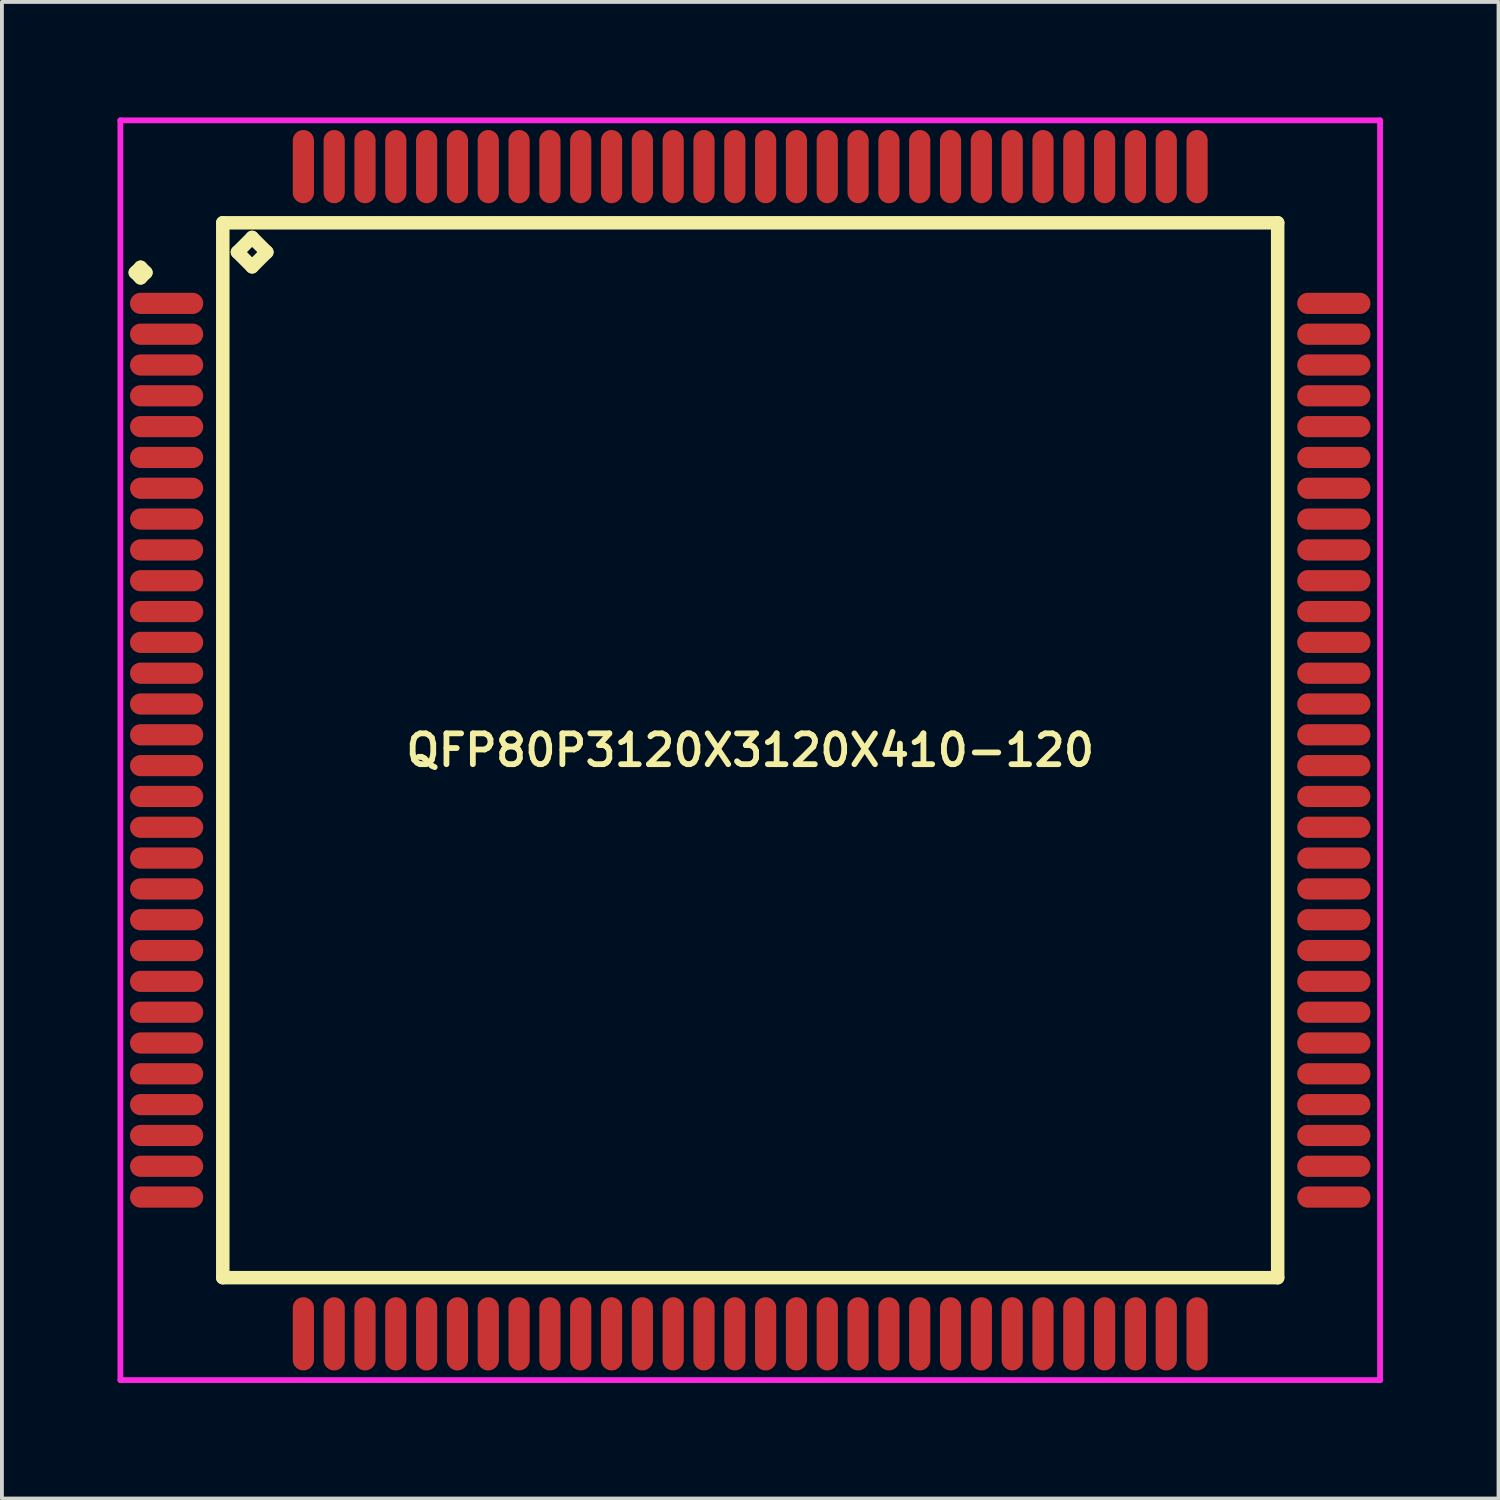
<source format=kicad_pcb>
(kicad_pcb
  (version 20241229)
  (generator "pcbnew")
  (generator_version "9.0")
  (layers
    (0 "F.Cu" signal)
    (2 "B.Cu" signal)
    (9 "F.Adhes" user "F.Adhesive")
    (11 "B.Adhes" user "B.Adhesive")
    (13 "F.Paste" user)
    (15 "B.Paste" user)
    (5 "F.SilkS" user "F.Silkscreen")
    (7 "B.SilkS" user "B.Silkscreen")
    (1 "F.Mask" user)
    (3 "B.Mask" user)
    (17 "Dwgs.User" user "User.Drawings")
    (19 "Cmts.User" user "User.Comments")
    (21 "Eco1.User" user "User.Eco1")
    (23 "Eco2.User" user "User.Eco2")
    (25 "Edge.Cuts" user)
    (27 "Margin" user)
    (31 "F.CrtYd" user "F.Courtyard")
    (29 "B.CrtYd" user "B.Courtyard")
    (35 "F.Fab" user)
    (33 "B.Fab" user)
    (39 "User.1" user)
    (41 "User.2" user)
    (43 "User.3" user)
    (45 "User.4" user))
  (footprint "QFP80P3120X3120X410-120"
    (layer "F.Cu")
    (at 16.425 16.425)
    (property "Reference" "QFP80P3120X3120X410-120" (at 0 0 0) (layer "F.SilkS") (effects (font (size 0.8 0.8) (thickness 0.15))))
    (attr smd)
    (fp_line (start -15.963 -12.4) (end -15.825 -12.537) (stroke (width 0.35) (type solid)) (layer "F.SilkS"))
    (fp_line (start -15.825 -12.537) (end -15.688 -12.4) (stroke (width 0.35) (type solid)) (layer "F.SilkS"))
    (fp_line (start -15.825 -12.262) (end -15.963 -12.4) (stroke (width 0.35) (type solid)) (layer "F.SilkS"))
    (fp_line (start -15.688 -12.4) (end -15.825 -12.262) (stroke (width 0.35) (type solid)) (layer "F.SilkS"))
    (fp_line (start -13.692 -13.692) (end -13.692 13.692) (stroke (width 0.35) (type solid)) (layer "F.SilkS"))
    (fp_line (start -13.692 13.692) (end 13.692 13.692) (stroke (width 0.35) (type solid)) (layer "F.SilkS"))
    (fp_line (start -13.311 -12.93) (end -12.93 -13.311) (stroke (width 0.35) (type solid)) (layer "F.SilkS"))
    (fp_line (start -12.93 -13.311) (end -12.549 -12.93) (stroke (width 0.35) (type solid)) (layer "F.SilkS"))
    (fp_line (start -12.93 -12.549) (end -13.311 -12.93) (stroke (width 0.35) (type solid)) (layer "F.SilkS"))
    (fp_line (start -12.549 -12.93) (end -12.93 -12.549) (stroke (width 0.35) (type solid)) (layer "F.SilkS"))
    (fp_line (start 13.692 -13.692) (end -13.692 -13.692) (stroke (width 0.35) (type solid)) (layer "F.SilkS"))
    (fp_line (start 13.692 13.692) (end 13.692 -13.692) (stroke (width 0.35) (type solid)) (layer "F.SilkS"))
    (fp_line (start -16.35 -16.35) (end 16.35 -16.35) (stroke (width 0.15) (type solid)) (layer "F.CrtYd"))
    (fp_line (start -16.35 16.35) (end -16.35 -16.35) (stroke (width 0.15) (type solid)) (layer "F.CrtYd"))
    (fp_line (start 16.35 -16.35) (end 16.35 16.35) (stroke (width 0.15) (type solid)) (layer "F.CrtYd"))
    (fp_line (start 16.35 16.35) (end -16.35 16.35) (stroke (width 0.15) (type solid)) (layer "F.CrtYd"))
    (pad "1" smd oval (at -15.15 -11.6) (size 1.9 0.55) (layers "F.Cu" "F.Mask" "F.Paste"))
    (pad "2" smd oval (at -15.15 -10.8) (size 1.9 0.55) (layers "F.Cu" "F.Mask" "F.Paste"))
    (pad "3" smd oval (at -15.15 -10) (size 1.9 0.55) (layers "F.Cu" "F.Mask" "F.Paste"))
    (pad "4" smd oval (at -15.15 -9.2) (size 1.9 0.55) (layers "F.Cu" "F.Mask" "F.Paste"))
    (pad "5" smd oval (at -15.15 -8.4) (size 1.9 0.55) (layers "F.Cu" "F.Mask" "F.Paste"))
    (pad "6" smd oval (at -15.15 -7.6) (size 1.9 0.55) (layers "F.Cu" "F.Mask" "F.Paste"))
    (pad "7" smd oval (at -15.15 -6.8) (size 1.9 0.55) (layers "F.Cu" "F.Mask" "F.Paste"))
    (pad "8" smd oval (at -15.15 -6) (size 1.9 0.55) (layers "F.Cu" "F.Mask" "F.Paste"))
    (pad "9" smd oval (at -15.15 -5.2) (size 1.9 0.55) (layers "F.Cu" "F.Mask" "F.Paste"))
    (pad "10" smd oval (at -15.15 -4.4) (size 1.9 0.55) (layers "F.Cu" "F.Mask" "F.Paste"))
    (pad "11" smd oval (at -15.15 -3.6) (size 1.9 0.55) (layers "F.Cu" "F.Mask" "F.Paste"))
    (pad "12" smd oval (at -15.15 -2.8) (size 1.9 0.55) (layers "F.Cu" "F.Mask" "F.Paste"))
    (pad "13" smd oval (at -15.15 -2) (size 1.9 0.55) (layers "F.Cu" "F.Mask" "F.Paste"))
    (pad "14" smd oval (at -15.15 -1.2) (size 1.9 0.55) (layers "F.Cu" "F.Mask" "F.Paste"))
    (pad "15" smd oval (at -15.15 -0.4) (size 1.9 0.55) (layers "F.Cu" "F.Mask" "F.Paste"))
    (pad "16" smd oval (at -15.15 0.4) (size 1.9 0.55) (layers "F.Cu" "F.Mask" "F.Paste"))
    (pad "17" smd oval (at -15.15 1.2) (size 1.9 0.55) (layers "F.Cu" "F.Mask" "F.Paste"))
    (pad "18" smd oval (at -15.15 2) (size 1.9 0.55) (layers "F.Cu" "F.Mask" "F.Paste"))
    (pad "19" smd oval (at -15.15 2.8) (size 1.9 0.55) (layers "F.Cu" "F.Mask" "F.Paste"))
    (pad "20" smd oval (at -15.15 3.6) (size 1.9 0.55) (layers "F.Cu" "F.Mask" "F.Paste"))
    (pad "21" smd oval (at -15.15 4.4) (size 1.9 0.55) (layers "F.Cu" "F.Mask" "F.Paste"))
    (pad "22" smd oval (at -15.15 5.2) (size 1.9 0.55) (layers "F.Cu" "F.Mask" "F.Paste"))
    (pad "23" smd oval (at -15.15 6) (size 1.9 0.55) (layers "F.Cu" "F.Mask" "F.Paste"))
    (pad "24" smd oval (at -15.15 6.8) (size 1.9 0.55) (layers "F.Cu" "F.Mask" "F.Paste"))
    (pad "25" smd oval (at -15.15 7.6) (size 1.9 0.55) (layers "F.Cu" "F.Mask" "F.Paste"))
    (pad "26" smd oval (at -15.15 8.4) (size 1.9 0.55) (layers "F.Cu" "F.Mask" "F.Paste"))
    (pad "27" smd oval (at -15.15 9.2) (size 1.9 0.55) (layers "F.Cu" "F.Mask" "F.Paste"))
    (pad "28" smd oval (at -15.15 10) (size 1.9 0.55) (layers "F.Cu" "F.Mask" "F.Paste"))
    (pad "29" smd oval (at -15.15 10.8) (size 1.9 0.55) (layers "F.Cu" "F.Mask" "F.Paste"))
    (pad "30" smd oval (at -15.15 11.6) (size 1.9 0.55) (layers "F.Cu" "F.Mask" "F.Paste"))
    (pad "31" smd oval (at -11.6 15.15) (size 0.55 1.9) (layers "F.Cu" "F.Mask" "F.Paste"))
    (pad "32" smd oval (at -10.8 15.15) (size 0.55 1.9) (layers "F.Cu" "F.Mask" "F.Paste"))
    (pad "33" smd oval (at -10 15.15) (size 0.55 1.9) (layers "F.Cu" "F.Mask" "F.Paste"))
    (pad "34" smd oval (at -9.2 15.15) (size 0.55 1.9) (layers "F.Cu" "F.Mask" "F.Paste"))
    (pad "35" smd oval (at -8.4 15.15) (size 0.55 1.9) (layers "F.Cu" "F.Mask" "F.Paste"))
    (pad "36" smd oval (at -7.6 15.15) (size 0.55 1.9) (layers "F.Cu" "F.Mask" "F.Paste"))
    (pad "37" smd oval (at -6.8 15.15) (size 0.55 1.9) (layers "F.Cu" "F.Mask" "F.Paste"))
    (pad "38" smd oval (at -6 15.15) (size 0.55 1.9) (layers "F.Cu" "F.Mask" "F.Paste"))
    (pad "39" smd oval (at -5.2 15.15) (size 0.55 1.9) (layers "F.Cu" "F.Mask" "F.Paste"))
    (pad "40" smd oval (at -4.4 15.15) (size 0.55 1.9) (layers "F.Cu" "F.Mask" "F.Paste"))
    (pad "41" smd oval (at -3.6 15.15) (size 0.55 1.9) (layers "F.Cu" "F.Mask" "F.Paste"))
    (pad "42" smd oval (at -2.8 15.15) (size 0.55 1.9) (layers "F.Cu" "F.Mask" "F.Paste"))
    (pad "43" smd oval (at -2 15.15) (size 0.55 1.9) (layers "F.Cu" "F.Mask" "F.Paste"))
    (pad "44" smd oval (at -1.2 15.15) (size 0.55 1.9) (layers "F.Cu" "F.Mask" "F.Paste"))
    (pad "45" smd oval (at -0.4 15.15) (size 0.55 1.9) (layers "F.Cu" "F.Mask" "F.Paste"))
    (pad "46" smd oval (at 0.4 15.15) (size 0.55 1.9) (layers "F.Cu" "F.Mask" "F.Paste"))
    (pad "47" smd oval (at 1.2 15.15) (size 0.55 1.9) (layers "F.Cu" "F.Mask" "F.Paste"))
    (pad "48" smd oval (at 2 15.15) (size 0.55 1.9) (layers "F.Cu" "F.Mask" "F.Paste"))
    (pad "49" smd oval (at 2.8 15.15) (size 0.55 1.9) (layers "F.Cu" "F.Mask" "F.Paste"))
    (pad "50" smd oval (at 3.6 15.15) (size 0.55 1.9) (layers "F.Cu" "F.Mask" "F.Paste"))
    (pad "51" smd oval (at 4.4 15.15) (size 0.55 1.9) (layers "F.Cu" "F.Mask" "F.Paste"))
    (pad "52" smd oval (at 5.2 15.15) (size 0.55 1.9) (layers "F.Cu" "F.Mask" "F.Paste"))
    (pad "53" smd oval (at 6 15.15) (size 0.55 1.9) (layers "F.Cu" "F.Mask" "F.Paste"))
    (pad "54" smd oval (at 6.8 15.15) (size 0.55 1.9) (layers "F.Cu" "F.Mask" "F.Paste"))
    (pad "55" smd oval (at 7.6 15.15) (size 0.55 1.9) (layers "F.Cu" "F.Mask" "F.Paste"))
    (pad "56" smd oval (at 8.4 15.15) (size 0.55 1.9) (layers "F.Cu" "F.Mask" "F.Paste"))
    (pad "57" smd oval (at 9.2 15.15) (size 0.55 1.9) (layers "F.Cu" "F.Mask" "F.Paste"))
    (pad "58" smd oval (at 10 15.15) (size 0.55 1.9) (layers "F.Cu" "F.Mask" "F.Paste"))
    (pad "59" smd oval (at 10.8 15.15) (size 0.55 1.9) (layers "F.Cu" "F.Mask" "F.Paste"))
    (pad "60" smd oval (at 11.6 15.15) (size 0.55 1.9) (layers "F.Cu" "F.Mask" "F.Paste"))
    (pad "61" smd oval (at 15.15 11.6) (size 1.9 0.55) (layers "F.Cu" "F.Mask" "F.Paste"))
    (pad "62" smd oval (at 15.15 10.8) (size 1.9 0.55) (layers "F.Cu" "F.Mask" "F.Paste"))
    (pad "63" smd oval (at 15.15 10) (size 1.9 0.55) (layers "F.Cu" "F.Mask" "F.Paste"))
    (pad "64" smd oval (at 15.15 9.2) (size 1.9 0.55) (layers "F.Cu" "F.Mask" "F.Paste"))
    (pad "65" smd oval (at 15.15 8.4) (size 1.9 0.55) (layers "F.Cu" "F.Mask" "F.Paste"))
    (pad "66" smd oval (at 15.15 7.6) (size 1.9 0.55) (layers "F.Cu" "F.Mask" "F.Paste"))
    (pad "67" smd oval (at 15.15 6.8) (size 1.9 0.55) (layers "F.Cu" "F.Mask" "F.Paste"))
    (pad "68" smd oval (at 15.15 6) (size 1.9 0.55) (layers "F.Cu" "F.Mask" "F.Paste"))
    (pad "69" smd oval (at 15.15 5.2) (size 1.9 0.55) (layers "F.Cu" "F.Mask" "F.Paste"))
    (pad "70" smd oval (at 15.15 4.4) (size 1.9 0.55) (layers "F.Cu" "F.Mask" "F.Paste"))
    (pad "71" smd oval (at 15.15 3.6) (size 1.9 0.55) (layers "F.Cu" "F.Mask" "F.Paste"))
    (pad "72" smd oval (at 15.15 2.8) (size 1.9 0.55) (layers "F.Cu" "F.Mask" "F.Paste"))
    (pad "73" smd oval (at 15.15 2) (size 1.9 0.55) (layers "F.Cu" "F.Mask" "F.Paste"))
    (pad "74" smd oval (at 15.15 1.2) (size 1.9 0.55) (layers "F.Cu" "F.Mask" "F.Paste"))
    (pad "75" smd oval (at 15.15 0.4) (size 1.9 0.55) (layers "F.Cu" "F.Mask" "F.Paste"))
    (pad "76" smd oval (at 15.15 -0.4) (size 1.9 0.55) (layers "F.Cu" "F.Mask" "F.Paste"))
    (pad "77" smd oval (at 15.15 -1.2) (size 1.9 0.55) (layers "F.Cu" "F.Mask" "F.Paste"))
    (pad "78" smd oval (at 15.15 -2) (size 1.9 0.55) (layers "F.Cu" "F.Mask" "F.Paste"))
    (pad "79" smd oval (at 15.15 -2.8) (size 1.9 0.55) (layers "F.Cu" "F.Mask" "F.Paste"))
    (pad "80" smd oval (at 15.15 -3.6) (size 1.9 0.55) (layers "F.Cu" "F.Mask" "F.Paste"))
    (pad "81" smd oval (at 15.15 -4.4) (size 1.9 0.55) (layers "F.Cu" "F.Mask" "F.Paste"))
    (pad "82" smd oval (at 15.15 -5.2) (size 1.9 0.55) (layers "F.Cu" "F.Mask" "F.Paste"))
    (pad "83" smd oval (at 15.15 -6) (size 1.9 0.55) (layers "F.Cu" "F.Mask" "F.Paste"))
    (pad "84" smd oval (at 15.15 -6.8) (size 1.9 0.55) (layers "F.Cu" "F.Mask" "F.Paste"))
    (pad "85" smd oval (at 15.15 -7.6) (size 1.9 0.55) (layers "F.Cu" "F.Mask" "F.Paste"))
    (pad "86" smd oval (at 15.15 -8.4) (size 1.9 0.55) (layers "F.Cu" "F.Mask" "F.Paste"))
    (pad "87" smd oval (at 15.15 -9.2) (size 1.9 0.55) (layers "F.Cu" "F.Mask" "F.Paste"))
    (pad "88" smd oval (at 15.15 -10) (size 1.9 0.55) (layers "F.Cu" "F.Mask" "F.Paste"))
    (pad "89" smd oval (at 15.15 -10.8) (size 1.9 0.55) (layers "F.Cu" "F.Mask" "F.Paste"))
    (pad "90" smd oval (at 15.15 -11.6) (size 1.9 0.55) (layers "F.Cu" "F.Mask" "F.Paste"))
    (pad "91" smd oval (at 11.6 -15.15) (size 0.55 1.9) (layers "F.Cu" "F.Mask" "F.Paste"))
    (pad "92" smd oval (at 10.8 -15.15) (size 0.55 1.9) (layers "F.Cu" "F.Mask" "F.Paste"))
    (pad "93" smd oval (at 10 -15.15) (size 0.55 1.9) (layers "F.Cu" "F.Mask" "F.Paste"))
    (pad "94" smd oval (at 9.2 -15.15) (size 0.55 1.9) (layers "F.Cu" "F.Mask" "F.Paste"))
    (pad "95" smd oval (at 8.4 -15.15) (size 0.55 1.9) (layers "F.Cu" "F.Mask" "F.Paste"))
    (pad "96" smd oval (at 7.6 -15.15) (size 0.55 1.9) (layers "F.Cu" "F.Mask" "F.Paste"))
    (pad "97" smd oval (at 6.8 -15.15) (size 0.55 1.9) (layers "F.Cu" "F.Mask" "F.Paste"))
    (pad "98" smd oval (at 6 -15.15) (size 0.55 1.9) (layers "F.Cu" "F.Mask" "F.Paste"))
    (pad "99" smd oval (at 5.2 -15.15) (size 0.55 1.9) (layers "F.Cu" "F.Mask" "F.Paste"))
    (pad "100" smd oval (at 4.4 -15.15) (size 0.55 1.9) (layers "F.Cu" "F.Mask" "F.Paste"))
    (pad "101" smd oval (at 3.6 -15.15) (size 0.55 1.9) (layers "F.Cu" "F.Mask" "F.Paste"))
    (pad "102" smd oval (at 2.8 -15.15) (size 0.55 1.9) (layers "F.Cu" "F.Mask" "F.Paste"))
    (pad "103" smd oval (at 2 -15.15) (size 0.55 1.9) (layers "F.Cu" "F.Mask" "F.Paste"))
    (pad "104" smd oval (at 1.2 -15.15) (size 0.55 1.9) (layers "F.Cu" "F.Mask" "F.Paste"))
    (pad "105" smd oval (at 0.4 -15.15) (size 0.55 1.9) (layers "F.Cu" "F.Mask" "F.Paste"))
    (pad "106" smd oval (at -0.4 -15.15) (size 0.55 1.9) (layers "F.Cu" "F.Mask" "F.Paste"))
    (pad "107" smd oval (at -1.2 -15.15) (size 0.55 1.9) (layers "F.Cu" "F.Mask" "F.Paste"))
    (pad "108" smd oval (at -2 -15.15) (size 0.55 1.9) (layers "F.Cu" "F.Mask" "F.Paste"))
    (pad "109" smd oval (at -2.8 -15.15) (size 0.55 1.9) (layers "F.Cu" "F.Mask" "F.Paste"))
    (pad "110" smd oval (at -3.6 -15.15) (size 0.55 1.9) (layers "F.Cu" "F.Mask" "F.Paste"))
    (pad "111" smd oval (at -4.4 -15.15) (size 0.55 1.9) (layers "F.Cu" "F.Mask" "F.Paste"))
    (pad "112" smd oval (at -5.2 -15.15) (size 0.55 1.9) (layers "F.Cu" "F.Mask" "F.Paste"))
    (pad "113" smd oval (at -6 -15.15) (size 0.55 1.9) (layers "F.Cu" "F.Mask" "F.Paste"))
    (pad "114" smd oval (at -6.8 -15.15) (size 0.55 1.9) (layers "F.Cu" "F.Mask" "F.Paste"))
    (pad "115" smd oval (at -7.6 -15.15) (size 0.55 1.9) (layers "F.Cu" "F.Mask" "F.Paste"))
    (pad "116" smd oval (at -8.4 -15.15) (size 0.55 1.9) (layers "F.Cu" "F.Mask" "F.Paste"))
    (pad "117" smd oval (at -9.2 -15.15) (size 0.55 1.9) (layers "F.Cu" "F.Mask" "F.Paste"))
    (pad "118" smd oval (at -10 -15.15) (size 0.55 1.9) (layers "F.Cu" "F.Mask" "F.Paste"))
    (pad "119" smd oval (at -10.8 -15.15) (size 0.55 1.9) (layers "F.Cu" "F.Mask" "F.Paste"))
    (pad "120" smd oval (at -11.6 -15.15) (size 0.55 1.9) (layers "F.Cu" "F.Mask" "F.Paste")))
  (gr_rect
    (start -3 -3)
    (end 35.85 35.85)
    (stroke (width 0.1) (type default))
    (fill no)
    (layer "Edge.Cuts")))
</source>
